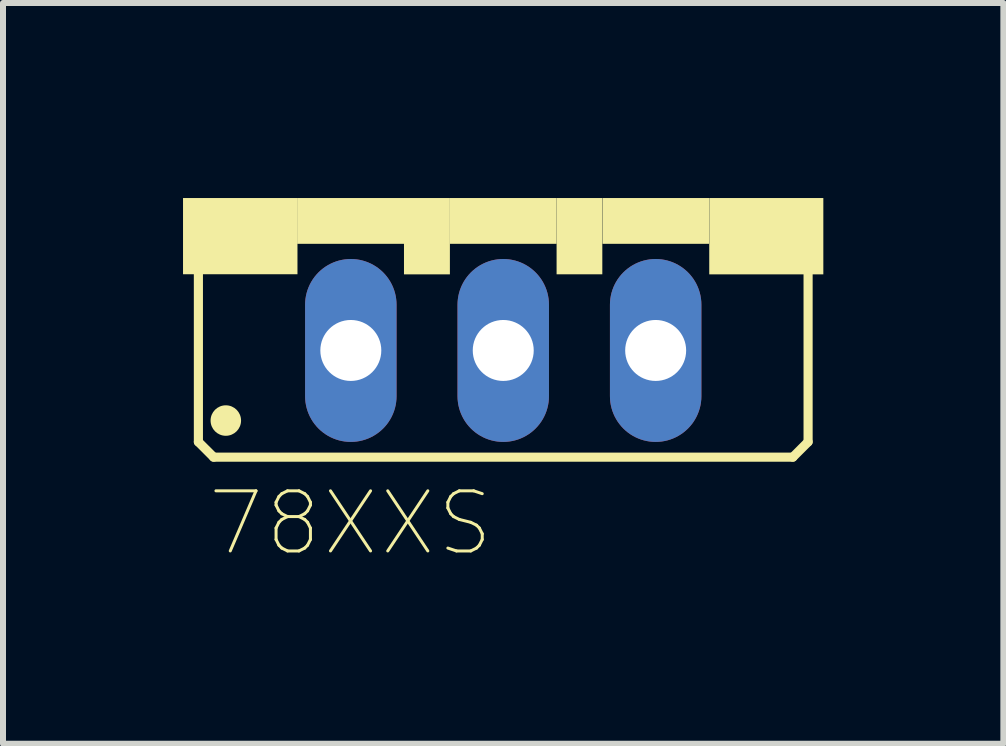
<source format=kicad_pcb>
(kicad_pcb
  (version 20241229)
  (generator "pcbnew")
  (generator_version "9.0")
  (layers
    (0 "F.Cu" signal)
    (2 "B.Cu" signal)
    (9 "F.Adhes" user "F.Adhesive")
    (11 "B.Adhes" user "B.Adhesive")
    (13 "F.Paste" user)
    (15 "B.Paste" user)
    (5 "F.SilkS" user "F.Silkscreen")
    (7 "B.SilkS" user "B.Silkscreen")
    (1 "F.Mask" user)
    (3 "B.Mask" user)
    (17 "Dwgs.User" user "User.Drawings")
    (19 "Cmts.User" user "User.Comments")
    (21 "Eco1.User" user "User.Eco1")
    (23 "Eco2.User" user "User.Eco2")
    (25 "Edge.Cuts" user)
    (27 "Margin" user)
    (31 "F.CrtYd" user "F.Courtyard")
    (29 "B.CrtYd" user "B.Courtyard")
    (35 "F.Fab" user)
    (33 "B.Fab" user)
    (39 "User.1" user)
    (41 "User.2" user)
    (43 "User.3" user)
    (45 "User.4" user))
  (footprint "78XXS"
    (layer "F.Cu")
    (at 5.336 0.25)
    (property "Reference" "78XXS" (at -2.545 5.42 0) (layer "F.SilkS") (effects (font (size 1.002 1.002) (thickness 0.05))))
    (attr through_hole)
    (fp_line (start -5.08 4.064) (end -5.08 1.143) (stroke (width 0.152) (type solid)) (layer "F.SilkS"))
    (fp_line (start -5.08 4.064) (end -4.826 4.318) (stroke (width 0.152) (type solid)) (layer "F.SilkS"))
    (fp_line (start 4.826 4.318) (end -4.826 4.318) (stroke (width 0.152) (type solid)) (layer "F.SilkS"))
    (fp_line (start 4.826 4.318) (end 5.08 4.064) (stroke (width 0.152) (type solid)) (layer "F.SilkS"))
    (fp_line (start 5.08 1.143) (end 5.08 4.064) (stroke (width 0.152) (type solid)) (layer "F.SilkS"))
    (fp_circle (center -4.623 3.708) (end -4.369 3.708) (stroke (width 0) (type solid)) (fill yes) (layer "F.SilkS"))
    (fp_poly (pts (xy -5.336 0) (xy -3.429 0) (xy -3.429 1.27) (xy -5.336 1.27)) (stroke (width 0) (type solid)) (fill yes) (layer "F.SilkS"))
    (fp_poly (pts (xy -3.434 0) (xy -1.651 0) (xy -1.651 0.763) (xy -3.434 0.763)) (stroke (width 0) (type solid)) (fill yes) (layer "F.SilkS"))
    (fp_poly (pts (xy -1.654 0) (xy -0.889 0) (xy -0.889 1.272) (xy -1.654 1.272)) (stroke (width 0) (type solid)) (fill yes) (layer "F.SilkS"))
    (fp_poly (pts (xy -0.891 0) (xy 0.889 0) (xy 0.889 0.763) (xy -0.891 0.763)) (stroke (width 0) (type solid)) (fill yes) (layer "F.SilkS"))
    (fp_poly (pts (xy 0.889 0) (xy 1.651 0) (xy 1.651 1.271) (xy 0.889 1.271)) (stroke (width 0) (type solid)) (fill yes) (layer "F.SilkS"))
    (fp_poly (pts (xy 1.654 0) (xy 3.429 0) (xy 3.429 0.763) (xy 1.654 0.763)) (stroke (width 0) (type solid)) (fill yes) (layer "F.SilkS"))
    (fp_poly (pts (xy 3.433 0) (xy 5.334 0) (xy 5.334 1.272) (xy 3.433 1.272)) (stroke (width 0) (type solid)) (fill yes) (layer "F.SilkS"))
    (fp_poly (pts (xy -3.436 0.762) (xy -1.651 0.762) (xy -1.651 1.273) (xy -3.436 1.273)) (stroke (width 0.1) (type solid)) (fill no) (layer "Eco2.User"))
    (fp_poly (pts (xy -0.889 0.762) (xy 0.889 0.762) (xy 0.889 1.27) (xy -0.889 1.27)) (stroke (width 0.1) (type solid)) (fill no) (layer "Eco2.User"))
    (fp_poly (pts (xy 1.653 0.762) (xy 3.429 0.762) (xy 3.429 1.271) (xy 1.653 1.271)) (stroke (width 0.1) (type solid)) (fill no) (layer "Eco2.User"))
    (fp_text user "O" (at 1.906 3.813 0) (layer "Edge.Cuts") (effects (font (size 1 1) (thickness 0.05))))
    (fp_text user "-" (at -0.635 3.812 0) (layer "Edge.Cuts") (effects (font (size 1 1) (thickness 0.05))))
    (fp_text user "I" (at -3.179 3.815 0) (layer "Edge.Cuts") (effects (font (size 1 1) (thickness 0.05))))
    (pad "GND" thru_hole oval (at 0 2.54 90) (size 3.048 1.524) (drill 1.016) (layers "*.Cu" "*.Mask"))
    (pad "IN" thru_hole oval (at -2.54 2.54 90) (size 3.048 1.524) (drill 1.016) (layers "*.Cu" "*.Mask"))
    (pad "OUT" thru_hole oval (at 2.54 2.54 90) (size 3.048 1.524) (drill 1.016) (layers "*.Cu" "*.Mask")))
  (gr_rect
    (start -3 -3)
    (end 13.67 9.344)
    (stroke (width 0.1) (type default))
    (fill no)
    (layer "Edge.Cuts")))
</source>
